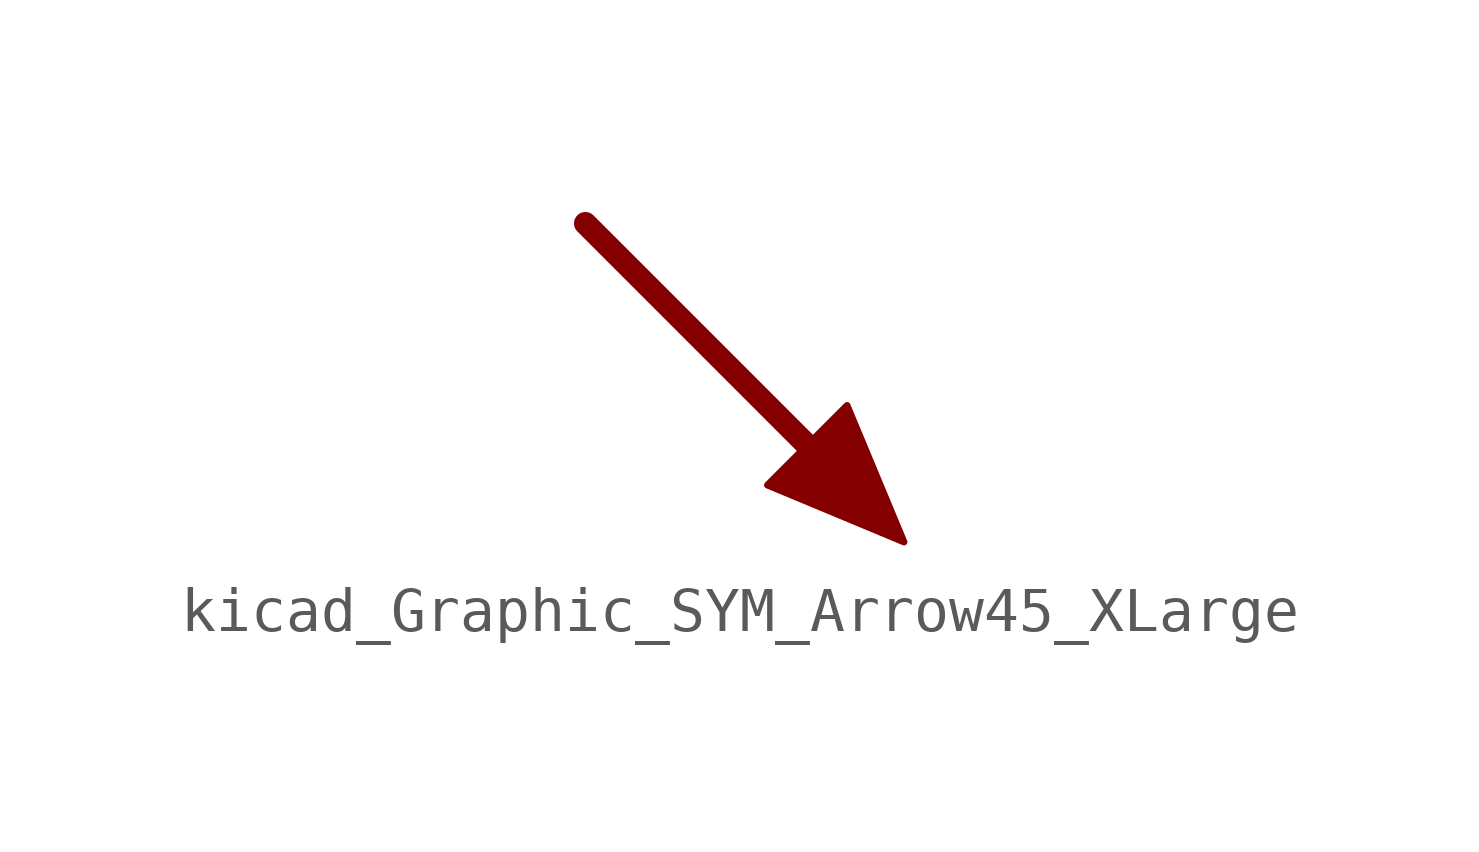
<source format=kicad_sym>
(kicad_symbol_lib
  (version 20220914)
  (generator kicad_symbol_editor)
  (symbol "kicad_Graphic_SYM_Arrow45_XLarge"
    (property "Reference" "#SYM"
      (at 2.794 2.54 0)
      (effects (font (size 1.27 1.27)) hide))
    (symbol "kicad_Graphic_SYM_Arrow45_XLarge_0_1"
      (polyline (pts (xy 3.048 -3.048) (xy -3.556 3.556)) (stroke (width 0.508) (type default)) (fill (type none)))
      (polyline (pts (xy 3.556 -3.556) (xy 0.508 -2.286) (xy 2.286 -0.508) (xy 3.556 -3.556)) (stroke (width 0) (type default)) (fill (type outline))))))
</source>
